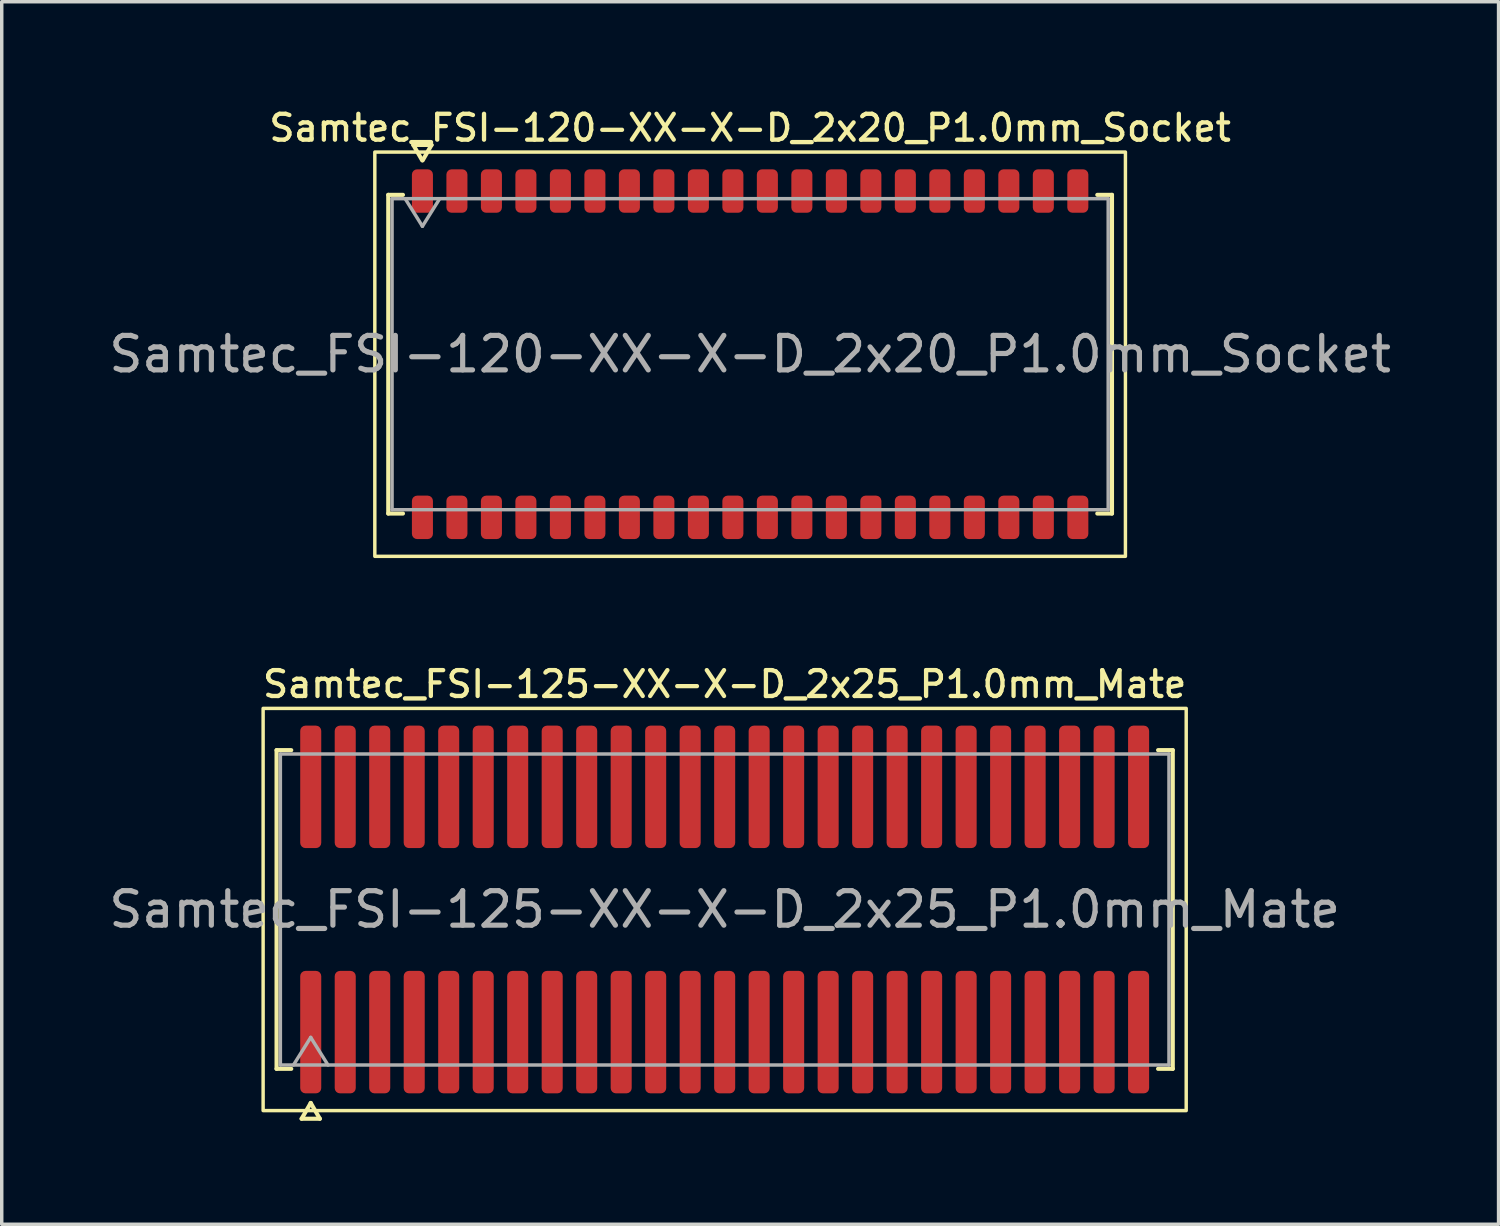
<source format=kicad_pcb>
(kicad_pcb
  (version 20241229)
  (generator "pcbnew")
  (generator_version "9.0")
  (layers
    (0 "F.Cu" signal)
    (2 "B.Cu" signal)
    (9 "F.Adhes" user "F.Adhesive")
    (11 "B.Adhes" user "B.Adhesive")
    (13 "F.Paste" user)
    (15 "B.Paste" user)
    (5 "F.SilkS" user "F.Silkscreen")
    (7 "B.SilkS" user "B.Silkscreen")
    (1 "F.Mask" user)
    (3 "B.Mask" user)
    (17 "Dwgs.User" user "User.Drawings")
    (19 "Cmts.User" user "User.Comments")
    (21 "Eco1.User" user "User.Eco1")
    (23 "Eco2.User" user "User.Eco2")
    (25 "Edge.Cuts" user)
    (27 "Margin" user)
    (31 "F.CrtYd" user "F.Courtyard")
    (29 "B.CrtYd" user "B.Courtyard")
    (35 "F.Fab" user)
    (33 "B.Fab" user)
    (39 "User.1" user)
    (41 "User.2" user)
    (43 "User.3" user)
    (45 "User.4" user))
  (footprint "Samtec_FSI-120-XX-X-D_2x20_P1.0mm_Socket"
    (layer "F.Cu")
    (at 18.696 7.218)
    (property "Reference" "Samtec_FSI-120-XX-X-D_2x20_P1.0mm_Socket" (at 0 -6.56 0) (layer "F.SilkS") (effects (font (size 0.75 0.75) (thickness 0.125))))
    (attr smd)
    (fp_line (start -10.49 -4.619) (end -10.065 -4.619) (stroke (width 0.12) (type solid)) (layer "F.SilkS"))
    (fp_line (start -10.49 4.619) (end -10.49 -4.619) (stroke (width 0.12) (type solid)) (layer "F.SilkS"))
    (fp_line (start -10.065 4.619) (end -10.49 4.619) (stroke (width 0.12) (type solid)) (layer "F.SilkS"))
    (fp_line (start -9.764 -6.066) (end -9.507 -5.62) (stroke (width 0.12) (type solid)) (layer "F.SilkS"))
    (fp_line (start -9.493 -5.62) (end -9.236 -6.066) (stroke (width 0.12) (type solid)) (layer "F.SilkS"))
    (fp_line (start -9.236 -6.066) (end -9.764 -6.066) (stroke (width 0.12) (type solid)) (layer "F.SilkS"))
    (fp_line (start 10.065 -4.619) (end 10.49 -4.619) (stroke (width 0.12) (type solid)) (layer "F.SilkS"))
    (fp_line (start 10.49 -4.619) (end 10.49 4.619) (stroke (width 0.12) (type solid)) (layer "F.SilkS"))
    (fp_line (start 10.49 4.619) (end 10.065 4.619) (stroke (width 0.12) (type solid)) (layer "F.SilkS"))
    (fp_rect (start -10.88 -5.86) (end 10.88 5.86) (stroke (width 0.1) (type solid)) (fill no) (layer "F.SilkS"))
    (fp_line (start -10.38 -4.508) (end 10.38 -4.508) (stroke (width 0.1) (type solid)) (layer "F.Fab"))
    (fp_line (start -10.38 4.508) (end -10.38 -4.508) (stroke (width 0.1) (type solid)) (layer "F.Fab"))
    (fp_line (start -10 -4.508) (end -9.5 -3.708) (stroke (width 0.1) (type solid)) (layer "F.Fab"))
    (fp_line (start -9.5 -3.708) (end -9 -4.508) (stroke (width 0.1) (type solid)) (layer "F.Fab"))
    (fp_line (start 10.38 -4.508) (end 10.38 4.508) (stroke (width 0.1) (type solid)) (layer "F.Fab"))
    (fp_line (start 10.38 4.508) (end -10.38 4.508) (stroke (width 0.1) (type solid)) (layer "F.Fab"))
    (fp_text user "${REFERENCE}" (at 0 0 0) (layer "F.Fab") (effects (font (size 1 1) (thickness 0.15))))
    (pad "1" smd roundrect (at -9.5 -4.73) (size 0.61 1.26) (layers "F.Cu" "F.Mask" "F.Paste") (roundrect_rratio 0.25))
    (pad "2" smd roundrect (at -9.5 4.73) (size 0.61 1.26) (layers "F.Cu" "F.Mask" "F.Paste") (roundrect_rratio 0.25))
    (pad "3" smd roundrect (at -8.5 -4.73) (size 0.61 1.26) (layers "F.Cu" "F.Mask" "F.Paste") (roundrect_rratio 0.25))
    (pad "4" smd roundrect (at -8.5 4.73) (size 0.61 1.26) (layers "F.Cu" "F.Mask" "F.Paste") (roundrect_rratio 0.25))
    (pad "5" smd roundrect (at -7.5 -4.73) (size 0.61 1.26) (layers "F.Cu" "F.Mask" "F.Paste") (roundrect_rratio 0.25))
    (pad "6" smd roundrect (at -7.5 4.73) (size 0.61 1.26) (layers "F.Cu" "F.Mask" "F.Paste") (roundrect_rratio 0.25))
    (pad "7" smd roundrect (at -6.5 -4.73) (size 0.61 1.26) (layers "F.Cu" "F.Mask" "F.Paste") (roundrect_rratio 0.25))
    (pad "8" smd roundrect (at -6.5 4.73) (size 0.61 1.26) (layers "F.Cu" "F.Mask" "F.Paste") (roundrect_rratio 0.25))
    (pad "9" smd roundrect (at -5.5 -4.73) (size 0.61 1.26) (layers "F.Cu" "F.Mask" "F.Paste") (roundrect_rratio 0.25))
    (pad "10" smd roundrect (at -5.5 4.73) (size 0.61 1.26) (layers "F.Cu" "F.Mask" "F.Paste") (roundrect_rratio 0.25))
    (pad "11" smd roundrect (at -4.5 -4.73) (size 0.61 1.26) (layers "F.Cu" "F.Mask" "F.Paste") (roundrect_rratio 0.25))
    (pad "12" smd roundrect (at -4.5 4.73) (size 0.61 1.26) (layers "F.Cu" "F.Mask" "F.Paste") (roundrect_rratio 0.25))
    (pad "13" smd roundrect (at -3.5 -4.73) (size 0.61 1.26) (layers "F.Cu" "F.Mask" "F.Paste") (roundrect_rratio 0.25))
    (pad "14" smd roundrect (at -3.5 4.73) (size 0.61 1.26) (layers "F.Cu" "F.Mask" "F.Paste") (roundrect_rratio 0.25))
    (pad "15" smd roundrect (at -2.5 -4.73) (size 0.61 1.26) (layers "F.Cu" "F.Mask" "F.Paste") (roundrect_rratio 0.25))
    (pad "16" smd roundrect (at -2.5 4.73) (size 0.61 1.26) (layers "F.Cu" "F.Mask" "F.Paste") (roundrect_rratio 0.25))
    (pad "17" smd roundrect (at -1.5 -4.73) (size 0.61 1.26) (layers "F.Cu" "F.Mask" "F.Paste") (roundrect_rratio 0.25))
    (pad "18" smd roundrect (at -1.5 4.73) (size 0.61 1.26) (layers "F.Cu" "F.Mask" "F.Paste") (roundrect_rratio 0.25))
    (pad "19" smd roundrect (at -0.5 -4.73) (size 0.61 1.26) (layers "F.Cu" "F.Mask" "F.Paste") (roundrect_rratio 0.25))
    (pad "20" smd roundrect (at -0.5 4.73) (size 0.61 1.26) (layers "F.Cu" "F.Mask" "F.Paste") (roundrect_rratio 0.25))
    (pad "21" smd roundrect (at 0.5 -4.73) (size 0.61 1.26) (layers "F.Cu" "F.Mask" "F.Paste") (roundrect_rratio 0.25))
    (pad "22" smd roundrect (at 0.5 4.73) (size 0.61 1.26) (layers "F.Cu" "F.Mask" "F.Paste") (roundrect_rratio 0.25))
    (pad "23" smd roundrect (at 1.5 -4.73) (size 0.61 1.26) (layers "F.Cu" "F.Mask" "F.Paste") (roundrect_rratio 0.25))
    (pad "24" smd roundrect (at 1.5 4.73) (size 0.61 1.26) (layers "F.Cu" "F.Mask" "F.Paste") (roundrect_rratio 0.25))
    (pad "25" smd roundrect (at 2.5 -4.73) (size 0.61 1.26) (layers "F.Cu" "F.Mask" "F.Paste") (roundrect_rratio 0.25))
    (pad "26" smd roundrect (at 2.5 4.73) (size 0.61 1.26) (layers "F.Cu" "F.Mask" "F.Paste") (roundrect_rratio 0.25))
    (pad "27" smd roundrect (at 3.5 -4.73) (size 0.61 1.26) (layers "F.Cu" "F.Mask" "F.Paste") (roundrect_rratio 0.25))
    (pad "28" smd roundrect (at 3.5 4.73) (size 0.61 1.26) (layers "F.Cu" "F.Mask" "F.Paste") (roundrect_rratio 0.25))
    (pad "29" smd roundrect (at 4.5 -4.73) (size 0.61 1.26) (layers "F.Cu" "F.Mask" "F.Paste") (roundrect_rratio 0.25))
    (pad "30" smd roundrect (at 4.5 4.73) (size 0.61 1.26) (layers "F.Cu" "F.Mask" "F.Paste") (roundrect_rratio 0.25))
    (pad "31" smd roundrect (at 5.5 -4.73) (size 0.61 1.26) (layers "F.Cu" "F.Mask" "F.Paste") (roundrect_rratio 0.25))
    (pad "32" smd roundrect (at 5.5 4.73) (size 0.61 1.26) (layers "F.Cu" "F.Mask" "F.Paste") (roundrect_rratio 0.25))
    (pad "33" smd roundrect (at 6.5 -4.73) (size 0.61 1.26) (layers "F.Cu" "F.Mask" "F.Paste") (roundrect_rratio 0.25))
    (pad "34" smd roundrect (at 6.5 4.73) (size 0.61 1.26) (layers "F.Cu" "F.Mask" "F.Paste") (roundrect_rratio 0.25))
    (pad "35" smd roundrect (at 7.5 -4.73) (size 0.61 1.26) (layers "F.Cu" "F.Mask" "F.Paste") (roundrect_rratio 0.25))
    (pad "36" smd roundrect (at 7.5 4.73) (size 0.61 1.26) (layers "F.Cu" "F.Mask" "F.Paste") (roundrect_rratio 0.25))
    (pad "37" smd roundrect (at 8.5 -4.73) (size 0.61 1.26) (layers "F.Cu" "F.Mask" "F.Paste") (roundrect_rratio 0.25))
    (pad "38" smd roundrect (at 8.5 4.73) (size 0.61 1.26) (layers "F.Cu" "F.Mask" "F.Paste") (roundrect_rratio 0.25))
    (pad "39" smd roundrect (at 9.5 -4.73) (size 0.61 1.26) (layers "F.Cu" "F.Mask" "F.Paste") (roundrect_rratio 0.25))
    (pad "40" smd roundrect (at 9.5 4.73) (size 0.61 1.26) (layers "F.Cu" "F.Mask" "F.Paste") (roundrect_rratio 0.25)))
  (footprint "Samtec_FSI-125-XX-X-D_2x25_P1.0mm_Mate"
    (layer "F.Cu")
    (at 17.958 23.316)
    (property "Reference" "Samtec_FSI-125-XX-X-D_2x25_P1.0mm_Mate" (at 0 -6.53 0) (layer "F.SilkS") (effects (font (size 0.75 0.75) (thickness 0.125))))
    (attr exclude_from_pos_files exclude_from_bom)
    (fp_line (start -12.99 -4.619) (end -12.565 -4.619) (stroke (width 0.12) (type solid)) (layer "F.SilkS"))
    (fp_line (start -12.99 4.619) (end -12.99 -4.619) (stroke (width 0.12) (type solid)) (layer "F.SilkS"))
    (fp_line (start -12.565 4.619) (end -12.99 4.619) (stroke (width 0.12) (type solid)) (layer "F.SilkS"))
    (fp_line (start -12.264 6.066) (end -12 5.609) (stroke (width 0.12) (type solid)) (layer "F.SilkS"))
    (fp_line (start -12 5.609) (end -11.736 6.066) (stroke (width 0.12) (type solid)) (layer "F.SilkS"))
    (fp_line (start -11.736 6.066) (end -12.264 6.066) (stroke (width 0.12) (type solid)) (layer "F.SilkS"))
    (fp_line (start 12.565 -4.619) (end 12.99 -4.619) (stroke (width 0.12) (type solid)) (layer "F.SilkS"))
    (fp_line (start 12.99 -4.619) (end 12.99 4.619) (stroke (width 0.12) (type solid)) (layer "F.SilkS"))
    (fp_line (start 12.99 4.619) (end 12.565 4.619) (stroke (width 0.12) (type solid)) (layer "F.SilkS"))
    (fp_rect (start -13.38 -5.83) (end 13.38 5.83) (stroke (width 0.1) (type solid)) (fill no) (layer "F.SilkS"))
    (fp_line (start -12.88 -4.508) (end 12.88 -4.508) (stroke (width 0.1) (type solid)) (layer "F.Fab"))
    (fp_line (start -12.88 4.508) (end -12.88 -4.508) (stroke (width 0.1) (type solid)) (layer "F.Fab"))
    (fp_line (start -12.5 4.508) (end -12 3.708) (stroke (width 0.1) (type solid)) (layer "F.Fab"))
    (fp_line (start -12 3.708) (end -11.5 4.508) (stroke (width 0.1) (type solid)) (layer "F.Fab"))
    (fp_line (start 12.88 -4.508) (end 12.88 4.508) (stroke (width 0.1) (type solid)) (layer "F.Fab"))
    (fp_line (start 12.88 4.508) (end -12.88 4.508) (stroke (width 0.1) (type solid)) (layer "F.Fab"))
    (fp_text user "${REFERENCE}" (at 0 0 0) (layer "F.Fab") (effects (font (size 1 1) (thickness 0.15))))
    (pad "1" smd roundrect (at -12 3.555) (size 0.61 3.55) (layers "F.Cu" "F.Mask") (roundrect_rratio 0.25))
    (pad "2" smd roundrect (at -12 -3.555) (size 0.61 3.55) (layers "F.Cu" "F.Mask") (roundrect_rratio 0.25))
    (pad "3" smd roundrect (at -11 3.555) (size 0.61 3.55) (layers "F.Cu" "F.Mask") (roundrect_rratio 0.25))
    (pad "4" smd roundrect (at -11 -3.555) (size 0.61 3.55) (layers "F.Cu" "F.Mask") (roundrect_rratio 0.25))
    (pad "5" smd roundrect (at -10 3.555) (size 0.61 3.55) (layers "F.Cu" "F.Mask") (roundrect_rratio 0.25))
    (pad "6" smd roundrect (at -10 -3.555) (size 0.61 3.55) (layers "F.Cu" "F.Mask") (roundrect_rratio 0.25))
    (pad "7" smd roundrect (at -9 3.555) (size 0.61 3.55) (layers "F.Cu" "F.Mask") (roundrect_rratio 0.25))
    (pad "8" smd roundrect (at -9 -3.555) (size 0.61 3.55) (layers "F.Cu" "F.Mask") (roundrect_rratio 0.25))
    (pad "9" smd roundrect (at -8 3.555) (size 0.61 3.55) (layers "F.Cu" "F.Mask") (roundrect_rratio 0.25))
    (pad "10" smd roundrect (at -8 -3.555) (size 0.61 3.55) (layers "F.Cu" "F.Mask") (roundrect_rratio 0.25))
    (pad "11" smd roundrect (at -7 3.555) (size 0.61 3.55) (layers "F.Cu" "F.Mask") (roundrect_rratio 0.25))
    (pad "12" smd roundrect (at -7 -3.555) (size 0.61 3.55) (layers "F.Cu" "F.Mask") (roundrect_rratio 0.25))
    (pad "13" smd roundrect (at -6 3.555) (size 0.61 3.55) (layers "F.Cu" "F.Mask") (roundrect_rratio 0.25))
    (pad "14" smd roundrect (at -6 -3.555) (size 0.61 3.55) (layers "F.Cu" "F.Mask") (roundrect_rratio 0.25))
    (pad "15" smd roundrect (at -5 3.555) (size 0.61 3.55) (layers "F.Cu" "F.Mask") (roundrect_rratio 0.25))
    (pad "16" smd roundrect (at -5 -3.555) (size 0.61 3.55) (layers "F.Cu" "F.Mask") (roundrect_rratio 0.25))
    (pad "17" smd roundrect (at -4 3.555) (size 0.61 3.55) (layers "F.Cu" "F.Mask") (roundrect_rratio 0.25))
    (pad "18" smd roundrect (at -4 -3.555) (size 0.61 3.55) (layers "F.Cu" "F.Mask") (roundrect_rratio 0.25))
    (pad "19" smd roundrect (at -3 3.555) (size 0.61 3.55) (layers "F.Cu" "F.Mask") (roundrect_rratio 0.25))
    (pad "20" smd roundrect (at -3 -3.555) (size 0.61 3.55) (layers "F.Cu" "F.Mask") (roundrect_rratio 0.25))
    (pad "21" smd roundrect (at -2 3.555) (size 0.61 3.55) (layers "F.Cu" "F.Mask") (roundrect_rratio 0.25))
    (pad "22" smd roundrect (at -2 -3.555) (size 0.61 3.55) (layers "F.Cu" "F.Mask") (roundrect_rratio 0.25))
    (pad "23" smd roundrect (at -1 3.555) (size 0.61 3.55) (layers "F.Cu" "F.Mask") (roundrect_rratio 0.25))
    (pad "24" smd roundrect (at -1 -3.555) (size 0.61 3.55) (layers "F.Cu" "F.Mask") (roundrect_rratio 0.25))
    (pad "25" smd roundrect (at 0 3.555) (size 0.61 3.55) (layers "F.Cu" "F.Mask") (roundrect_rratio 0.25))
    (pad "26" smd roundrect (at 0 -3.555) (size 0.61 3.55) (layers "F.Cu" "F.Mask") (roundrect_rratio 0.25))
    (pad "27" smd roundrect (at 1 3.555) (size 0.61 3.55) (layers "F.Cu" "F.Mask") (roundrect_rratio 0.25))
    (pad "28" smd roundrect (at 1 -3.555) (size 0.61 3.55) (layers "F.Cu" "F.Mask") (roundrect_rratio 0.25))
    (pad "29" smd roundrect (at 2 3.555) (size 0.61 3.55) (layers "F.Cu" "F.Mask") (roundrect_rratio 0.25))
    (pad "30" smd roundrect (at 2 -3.555) (size 0.61 3.55) (layers "F.Cu" "F.Mask") (roundrect_rratio 0.25))
    (pad "31" smd roundrect (at 3 3.555) (size 0.61 3.55) (layers "F.Cu" "F.Mask") (roundrect_rratio 0.25))
    (pad "32" smd roundrect (at 3 -3.555) (size 0.61 3.55) (layers "F.Cu" "F.Mask") (roundrect_rratio 0.25))
    (pad "33" smd roundrect (at 4 3.555) (size 0.61 3.55) (layers "F.Cu" "F.Mask") (roundrect_rratio 0.25))
    (pad "34" smd roundrect (at 4 -3.555) (size 0.61 3.55) (layers "F.Cu" "F.Mask") (roundrect_rratio 0.25))
    (pad "35" smd roundrect (at 5 3.555) (size 0.61 3.55) (layers "F.Cu" "F.Mask") (roundrect_rratio 0.25))
    (pad "36" smd roundrect (at 5 -3.555) (size 0.61 3.55) (layers "F.Cu" "F.Mask") (roundrect_rratio 0.25))
    (pad "37" smd roundrect (at 6 3.555) (size 0.61 3.55) (layers "F.Cu" "F.Mask") (roundrect_rratio 0.25))
    (pad "38" smd roundrect (at 6 -3.555) (size 0.61 3.55) (layers "F.Cu" "F.Mask") (roundrect_rratio 0.25))
    (pad "39" smd roundrect (at 7 3.555) (size 0.61 3.55) (layers "F.Cu" "F.Mask") (roundrect_rratio 0.25))
    (pad "40" smd roundrect (at 7 -3.555) (size 0.61 3.55) (layers "F.Cu" "F.Mask") (roundrect_rratio 0.25))
    (pad "41" smd roundrect (at 8 3.555) (size 0.61 3.55) (layers "F.Cu" "F.Mask") (roundrect_rratio 0.25))
    (pad "42" smd roundrect (at 8 -3.555) (size 0.61 3.55) (layers "F.Cu" "F.Mask") (roundrect_rratio 0.25))
    (pad "43" smd roundrect (at 9 3.555) (size 0.61 3.55) (layers "F.Cu" "F.Mask") (roundrect_rratio 0.25))
    (pad "44" smd roundrect (at 9 -3.555) (size 0.61 3.55) (layers "F.Cu" "F.Mask") (roundrect_rratio 0.25))
    (pad "45" smd roundrect (at 10 3.555) (size 0.61 3.55) (layers "F.Cu" "F.Mask") (roundrect_rratio 0.25))
    (pad "46" smd roundrect (at 10 -3.555) (size 0.61 3.55) (layers "F.Cu" "F.Mask") (roundrect_rratio 0.25))
    (pad "47" smd roundrect (at 11 3.555) (size 0.61 3.55) (layers "F.Cu" "F.Mask") (roundrect_rratio 0.25))
    (pad "48" smd roundrect (at 11 -3.555) (size 0.61 3.55) (layers "F.Cu" "F.Mask") (roundrect_rratio 0.25))
    (pad "49" smd roundrect (at 12 3.555) (size 0.61 3.55) (layers "F.Cu" "F.Mask") (roundrect_rratio 0.25))
    (pad "50" smd roundrect (at 12 -3.555) (size 0.61 3.55) (layers "F.Cu" "F.Mask") (roundrect_rratio 0.25)))
  (gr_rect
    (start -3 -3)
    (end 40.393 32.442)
    (stroke (width 0.1) (type default))
    (fill no)
    (layer "Edge.Cuts")))
</source>
